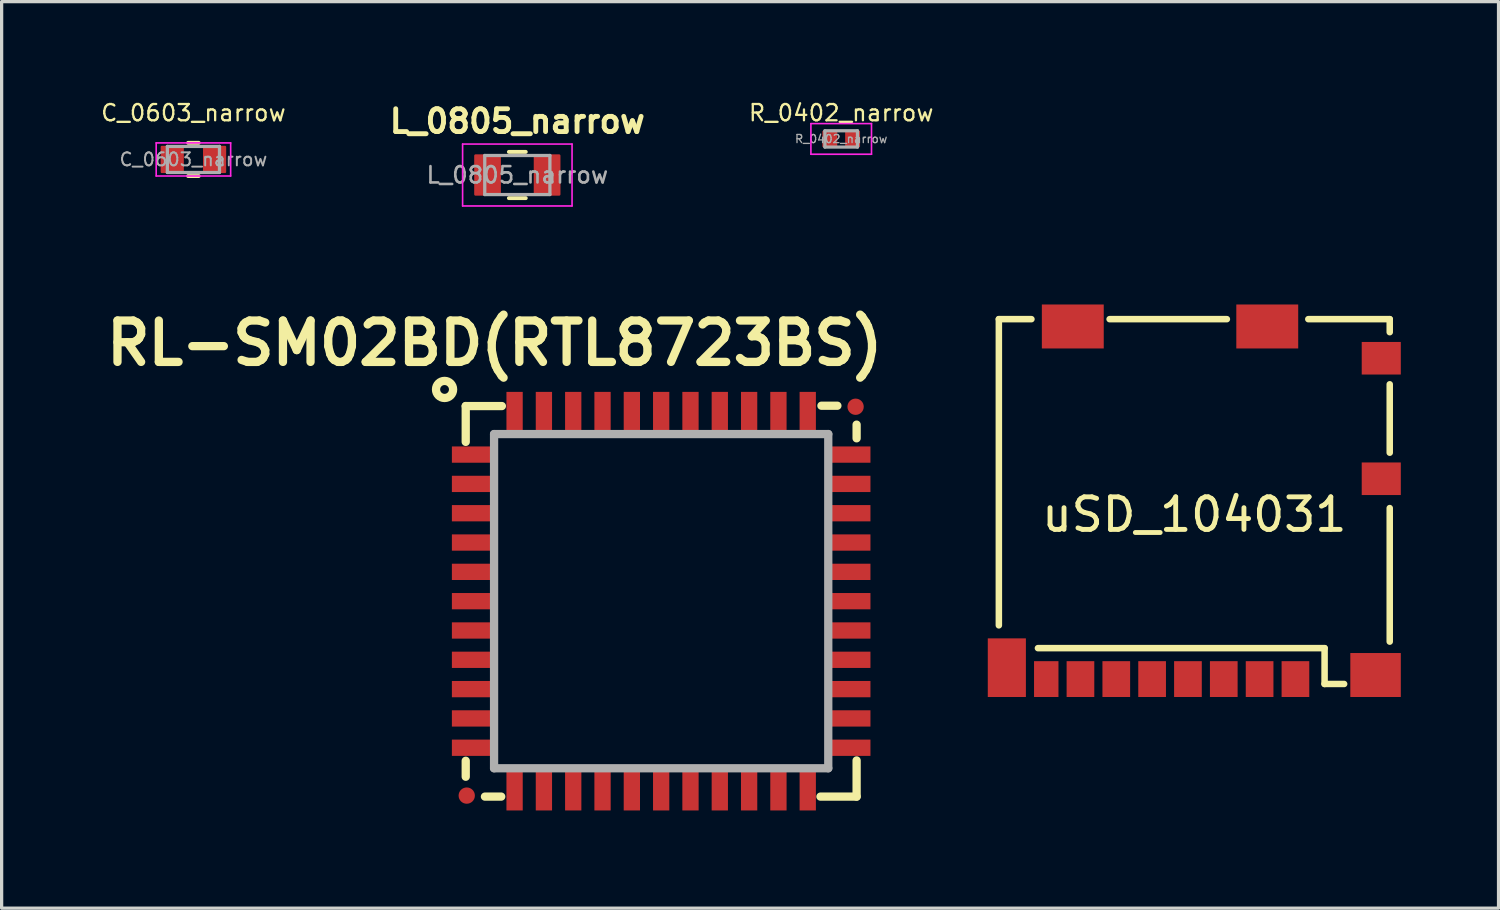
<source format=kicad_pcb>
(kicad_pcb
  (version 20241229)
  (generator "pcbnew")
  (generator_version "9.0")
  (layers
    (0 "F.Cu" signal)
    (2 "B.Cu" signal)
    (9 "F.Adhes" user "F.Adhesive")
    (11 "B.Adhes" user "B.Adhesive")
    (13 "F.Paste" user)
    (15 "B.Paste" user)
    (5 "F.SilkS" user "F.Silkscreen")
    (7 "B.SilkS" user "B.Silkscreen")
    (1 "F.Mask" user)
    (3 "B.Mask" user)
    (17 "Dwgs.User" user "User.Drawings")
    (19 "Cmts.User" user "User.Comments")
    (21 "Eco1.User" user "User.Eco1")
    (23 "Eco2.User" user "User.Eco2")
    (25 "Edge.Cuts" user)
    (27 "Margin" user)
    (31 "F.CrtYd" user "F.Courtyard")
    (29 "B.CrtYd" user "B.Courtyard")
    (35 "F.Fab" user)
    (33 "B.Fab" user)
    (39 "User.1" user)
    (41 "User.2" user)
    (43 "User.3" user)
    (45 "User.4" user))
  (footprint "R_0402_narrow"
    (layer "F.Cu")
    (at 22.775 1.215)
    (property "Reference" "R_0402_narrow" (at 0 -0.8 0) (layer "F.SilkS") (effects (font (size 0.5 0.5) (thickness 0.07))))
    (attr smd)
    (fp_line (start -0.93 -0.47) (end 0.93 -0.47) (stroke (width 0.05) (type solid)) (layer "F.CrtYd"))
    (fp_line (start -0.93 0.47) (end -0.93 -0.47) (stroke (width 0.05) (type solid)) (layer "F.CrtYd"))
    (fp_line (start 0.93 -0.47) (end 0.93 0.47) (stroke (width 0.05) (type solid)) (layer "F.CrtYd"))
    (fp_line (start 0.93 0.47) (end -0.93 0.47) (stroke (width 0.05) (type solid)) (layer "F.CrtYd"))
    (fp_line (start -0.5 -0.25) (end 0.5 -0.25) (stroke (width 0.1) (type solid)) (layer "F.Fab"))
    (fp_line (start -0.5 0.25) (end -0.5 -0.25) (stroke (width 0.1) (type solid)) (layer "F.Fab"))
    (fp_line (start 0.5 -0.25) (end 0.5 0.25) (stroke (width 0.1) (type solid)) (layer "F.Fab"))
    (fp_line (start 0.5 0.25) (end -0.5 0.25) (stroke (width 0.1) (type solid)) (layer "F.Fab"))
    (fp_text user "${REFERENCE}" (at 0 0 0) (layer "F.Fab") (effects (font (size 0.25 0.25) (thickness 0.04))))
    (pad "1" smd roundrect (at -0.35 0) (size 0.457 0.5) (layers "F.Cu" "F.Mask" "F.Paste") (roundrect_rratio 0.05))
    (pad "2" smd roundrect (at 0.35 0) (size 0.457 0.5) (layers "F.Cu" "F.Mask" "F.Paste") (roundrect_rratio 0.05)))
  (footprint "uSD_104031"
    (layer "F.Cu")
    (at 33.615 18.048)
    (property "Reference" "uSD_104031" (at 0 -5.3 0) (layer "F.SilkS") (effects (font (size 1 1) (thickness 0.15))))
    (attr through_hole)
    (fp_line (start -6 -11.3) (end -5 -11.3) (stroke (width 0.2) (type solid)) (layer "F.SilkS"))
    (fp_line (start -6 -1.9) (end -6 -11.3) (stroke (width 0.2) (type solid)) (layer "F.SilkS"))
    (fp_line (start -2.6 -11.3) (end 1 -11.3) (stroke (width 0.2) (type solid)) (layer "F.SilkS"))
    (fp_line (start 3.5 -11.3) (end 6 -11.3) (stroke (width 0.2) (type solid)) (layer "F.SilkS"))
    (fp_line (start 4 -1.2) (end -4.8 -1.2) (stroke (width 0.2) (type solid)) (layer "F.SilkS"))
    (fp_line (start 4 -0.1) (end 4 -1.2) (stroke (width 0.2) (type solid)) (layer "F.SilkS"))
    (fp_line (start 4.6 -0.1) (end 4 -0.1) (stroke (width 0.2) (type solid)) (layer "F.SilkS"))
    (fp_line (start 6 -11.3) (end 6 -10.9) (stroke (width 0.2) (type solid)) (layer "F.SilkS"))
    (fp_line (start 6 -9.3) (end 6 -7.2) (stroke (width 0.2) (type solid)) (layer "F.SilkS"))
    (fp_line (start 6 -5.5) (end 6 -1.4) (stroke (width 0.2) (type solid)) (layer "F.SilkS"))
    (pad "1" smd rect (at 3.105 -0.25) (size 0.85 1.1) (layers "F.Cu" "F.Mask" "F.Paste"))
    (pad "2" smd rect (at 2.005 -0.25) (size 0.85 1.1) (layers "F.Cu" "F.Mask" "F.Paste"))
    (pad "3" smd rect (at 0.905 -0.25) (size 0.85 1.1) (layers "F.Cu" "F.Mask" "F.Paste"))
    (pad "4" smd rect (at -0.195 -0.25) (size 0.85 1.1) (layers "F.Cu" "F.Mask" "F.Paste"))
    (pad "5" smd rect (at -1.295 -0.25) (size 0.85 1.1) (layers "F.Cu" "F.Mask" "F.Paste"))
    (pad "6" smd rect (at -2.395 -0.25) (size 0.85 1.1) (layers "F.Cu" "F.Mask" "F.Paste"))
    (pad "7" smd rect (at -3.495 -0.25) (size 0.85 1.1) (layers "F.Cu" "F.Mask" "F.Paste"))
    (pad "8" smd rect (at -4.595 -0.25) (size 0.75 1.1) (drill (offset 0.05 0)) (layers "F.Cu" "F.Mask" "F.Paste"))
    (pad "9" smd rect (at 5.74 -6.4) (size 1.2 1) (layers "F.Cu" "F.Mask" "F.Paste"))
    (pad "10" smd rect (at 5.74 -10.1) (size 1.2 1) (layers "F.Cu" "F.Mask" "F.Paste"))
    (pad "11" smd rect (at -5.755 -0.6) (size 1.17 1.8) (layers "F.Cu" "F.Mask" "F.Paste"))
    (pad "12" smd rect (at 5.565 -0.375) (size 1.55 1.35) (layers "F.Cu" "F.Mask" "F.Paste"))
    (pad "13" smd rect (at -3.73 -11.075) (size 1.9 1.35) (layers "F.Cu" "F.Mask" "F.Paste"))
    (pad "14" smd rect (at 2.24 -11.075) (size 1.9 1.35) (layers "F.Cu" "F.Mask" "F.Paste")))
  (footprint "L_0805_narrow"
    (layer "F.Cu")
    (at 12.832 2.323)
    (property "Reference" "L_0805_narrow" (at 0 -1.65 0) (layer "F.SilkS") (effects (font (size 0.7 0.7) (thickness 0.15))))
    (attr smd)
    (fp_line (start -0.259 -0.71) (end 0.259 -0.71) (stroke (width 0.12) (type solid)) (layer "F.SilkS"))
    (fp_line (start -0.259 0.71) (end 0.259 0.71) (stroke (width 0.12) (type solid)) (layer "F.SilkS"))
    (fp_line (start -1.68 -0.95) (end 1.68 -0.95) (stroke (width 0.05) (type solid)) (layer "F.CrtYd"))
    (fp_line (start -1.68 0.95) (end -1.68 -0.95) (stroke (width 0.05) (type solid)) (layer "F.CrtYd"))
    (fp_line (start 1.68 -0.95) (end 1.68 0.95) (stroke (width 0.05) (type solid)) (layer "F.CrtYd"))
    (fp_line (start 1.68 0.95) (end -1.68 0.95) (stroke (width 0.05) (type solid)) (layer "F.CrtYd"))
    (fp_line (start -1 -0.6) (end 1 -0.6) (stroke (width 0.1) (type solid)) (layer "F.Fab"))
    (fp_line (start -1 0.6) (end -1 -0.6) (stroke (width 0.1) (type solid)) (layer "F.Fab"))
    (fp_line (start 1 -0.6) (end 1 0.6) (stroke (width 0.1) (type solid)) (layer "F.Fab"))
    (fp_line (start 1 0.6) (end -1 0.6) (stroke (width 0.1) (type solid)) (layer "F.Fab"))
    (fp_text user "${REFERENCE}" (at 0 0 0) (layer "F.Fab") (effects (font (size 0.5 0.5) (thickness 0.08))))
    (pad "1" smd roundrect (at -0.914 0) (size 0.82 1.27) (layers "F.Cu" "F.Mask" "F.Paste") (roundrect_rratio 0.05))
    (pad "2" smd roundrect (at 0.914 0) (size 0.82 1.27) (layers "F.Cu" "F.Mask" "F.Paste") (roundrect_rratio 0.05)))
  (footprint "RL-SM02BD(RTL8723BS)"
    (layer "F.Cu")
    (at 17.248 15.406)
    (property "Reference" "RL-SM02BD(RTL8723BS)" (at -5.11 -7.92 0) (layer "F.SilkS") (effects (font (size 1.27 1.27) (thickness 0.254))))
    (attr smd)
    (fp_line (start -6 -5.99) (end -6 -4.89) (stroke (width 0.254) (type solid)) (layer "F.SilkS"))
    (fp_line (start -6 -5.99) (end -4.89 -5.99) (stroke (width 0.254) (type solid)) (layer "F.SilkS"))
    (fp_line (start -6 4.9) (end -6 5.39) (stroke (width 0.254) (type solid)) (layer "F.SilkS"))
    (fp_line (start -5.41 6) (end -4.91 6) (stroke (width 0.254) (type solid)) (layer "F.SilkS"))
    (fp_line (start 4.92 -6) (end 5.41 -6) (stroke (width 0.254) (type solid)) (layer "F.SilkS"))
    (fp_line (start 6 -5) (end 6 -5.42) (stroke (width 0.254) (type solid)) (layer "F.SilkS"))
    (fp_line (start 6 6) (end 4.89 6) (stroke (width 0.254) (type solid)) (layer "F.SilkS"))
    (fp_line (start 6 6) (end 6 4.89) (stroke (width 0.254) (type solid)) (layer "F.SilkS"))
    (fp_circle (center -6.65 -6.5) (end -6.4 -6.58) (stroke (width 0.254) (type solid)) (fill no) (layer "F.SilkS"))
    (fp_line (start -5.13 -5.13) (end 5.13 -5.13) (stroke (width 0.254) (type solid)) (layer "F.Fab"))
    (fp_line (start -5.13 5.13) (end -5.13 -5.13) (stroke (width 0.254) (type solid)) (layer "F.Fab"))
    (fp_line (start 5.13 -5.13) (end 5.13 5.13) (stroke (width 0.254) (type solid)) (layer "F.Fab"))
    (fp_line (start 5.13 5.13) (end -5.13 5.13) (stroke (width 0.254) (type solid)) (layer "F.Fab"))
    (pad "1" smd rect (at -5.775 -4.5) (size 1.3 0.5) (layers "F.Cu" "F.Mask" "F.Paste"))
    (pad "2" smd rect (at -5.775 -3.6) (size 1.3 0.5) (layers "F.Cu" "F.Mask" "F.Paste"))
    (pad "3" smd rect (at -5.775 -2.7) (size 1.3 0.5) (layers "F.Cu" "F.Mask" "F.Paste"))
    (pad "4" smd rect (at -5.775 -1.8) (size 1.3 0.5) (layers "F.Cu" "F.Mask" "F.Paste"))
    (pad "5" smd rect (at -5.775 -0.9) (size 1.3 0.5) (layers "F.Cu" "F.Mask" "F.Paste"))
    (pad "6" smd rect (at -5.775 0) (size 1.3 0.5) (layers "F.Cu" "F.Mask" "F.Paste"))
    (pad "7" smd rect (at -5.775 0.9) (size 1.3 0.5) (layers "F.Cu" "F.Mask" "F.Paste"))
    (pad "8" smd rect (at -5.775 1.8) (size 1.3 0.5) (layers "F.Cu" "F.Mask" "F.Paste"))
    (pad "9" smd rect (at -5.775 2.7) (size 1.3 0.5) (layers "F.Cu" "F.Mask" "F.Paste"))
    (pad "10" smd rect (at -5.775 3.6) (size 1.3 0.5) (layers "F.Cu" "F.Mask" "F.Paste"))
    (pad "11" smd rect (at -5.775 4.5) (size 1.3 0.5) (layers "F.Cu" "F.Mask" "F.Paste"))
    (pad "12" smd rect (at -4.5 5.775 90) (size 1.3 0.5) (layers "F.Cu" "F.Mask" "F.Paste"))
    (pad "13" smd rect (at -3.6 5.775 90) (size 1.3 0.5) (layers "F.Cu" "F.Mask" "F.Paste"))
    (pad "14" smd rect (at -2.7 5.775 90) (size 1.3 0.5) (layers "F.Cu" "F.Mask" "F.Paste"))
    (pad "15" smd rect (at -1.8 5.775 90) (size 1.3 0.5) (layers "F.Cu" "F.Mask" "F.Paste"))
    (pad "16" smd rect (at -0.9 5.775 90) (size 1.3 0.5) (layers "F.Cu" "F.Mask" "F.Paste"))
    (pad "17" smd rect (at 0 5.775 90) (size 1.3 0.5) (layers "F.Cu" "F.Mask" "F.Paste"))
    (pad "18" smd rect (at 0.9 5.775 90) (size 1.3 0.5) (layers "F.Cu" "F.Mask" "F.Paste"))
    (pad "19" smd rect (at 1.8 5.775 90) (size 1.3 0.5) (layers "F.Cu" "F.Mask" "F.Paste"))
    (pad "20" smd rect (at 2.7 5.775 90) (size 1.3 0.5) (layers "F.Cu" "F.Mask" "F.Paste"))
    (pad "21" smd rect (at 3.6 5.775 90) (size 1.3 0.5) (layers "F.Cu" "F.Mask" "F.Paste"))
    (pad "22" smd rect (at 4.5 5.775 90) (size 1.3 0.5) (layers "F.Cu" "F.Mask" "F.Paste"))
    (pad "23" smd rect (at 5.775 4.5 180) (size 1.3 0.5) (layers "F.Cu" "F.Mask" "F.Paste"))
    (pad "24" smd rect (at 5.775 3.6 180) (size 1.3 0.5) (layers "F.Cu" "F.Mask" "F.Paste"))
    (pad "25" smd rect (at 5.775 2.7 180) (size 1.3 0.5) (layers "F.Cu" "F.Mask" "F.Paste"))
    (pad "26" smd rect (at 5.775 1.8 180) (size 1.3 0.5) (layers "F.Cu" "F.Mask" "F.Paste"))
    (pad "27" smd rect (at 5.775 0.9 180) (size 1.3 0.5) (layers "F.Cu" "F.Mask" "F.Paste"))
    (pad "28" smd rect (at 5.775 0 180) (size 1.3 0.5) (layers "F.Cu" "F.Mask" "F.Paste"))
    (pad "29" smd rect (at 5.775 -0.9 180) (size 1.3 0.5) (layers "F.Cu" "F.Mask" "F.Paste"))
    (pad "30" smd rect (at 5.775 -1.8 180) (size 1.3 0.5) (layers "F.Cu" "F.Mask" "F.Paste"))
    (pad "31" smd rect (at 5.775 -2.7 180) (size 1.3 0.5) (layers "F.Cu" "F.Mask" "F.Paste"))
    (pad "32" smd rect (at 5.775 -3.6 180) (size 1.3 0.5) (layers "F.Cu" "F.Mask" "F.Paste"))
    (pad "33" smd rect (at 5.775 -4.5 180) (size 1.3 0.5) (layers "F.Cu" "F.Mask" "F.Paste"))
    (pad "34" smd rect (at 4.5 -5.775 270) (size 1.3 0.5) (layers "F.Cu" "F.Mask" "F.Paste"))
    (pad "35" smd rect (at 3.6 -5.775 270) (size 1.3 0.5) (layers "F.Cu" "F.Mask" "F.Paste"))
    (pad "36" smd rect (at 2.7 -5.775 270) (size 1.3 0.5) (layers "F.Cu" "F.Mask" "F.Paste"))
    (pad "37" smd rect (at 1.8 -5.775 270) (size 1.3 0.5) (layers "F.Cu" "F.Mask" "F.Paste"))
    (pad "38" smd rect (at 0.9 -5.775 270) (size 1.3 0.5) (layers "F.Cu" "F.Mask" "F.Paste"))
    (pad "39" smd rect (at 0 -5.775 270) (size 1.3 0.5) (layers "F.Cu" "F.Mask" "F.Paste"))
    (pad "40" smd rect (at -0.9 -5.775 270) (size 1.3 0.5) (layers "F.Cu" "F.Mask" "F.Paste"))
    (pad "41" smd rect (at -1.8 -5.775 270) (size 1.3 0.5) (layers "F.Cu" "F.Mask" "F.Paste"))
    (pad "42" smd rect (at -2.7 -5.775 270) (size 1.3 0.5) (layers "F.Cu" "F.Mask" "F.Paste"))
    (pad "43" smd rect (at -3.6 -5.775 270) (size 1.3 0.5) (layers "F.Cu" "F.Mask" "F.Paste"))
    (pad "44" smd rect (at -4.5 -5.775 270) (size 1.3 0.5) (layers "F.Cu" "F.Mask" "F.Paste"))
    (pad "FID1" smd circle (at -5.969 5.969 270) (size 0.5 0.5) (layers "F.Cu" "F.Mask"))
    (pad "FID2" smd circle (at 5.969 -5.969 270) (size 0.5 0.5) (layers "F.Cu" "F.Mask")))
  (footprint "C_0603_narrow"
    (layer "F.Cu")
    (at 2.888 1.845)
    (property "Reference" "C_0603_narrow" (at 0 -1.43 0) (layer "F.SilkS") (effects (font (size 0.5 0.5) (thickness 0.07))))
    (attr smd)
    (fp_line (start -0.163 -0.51) (end 0.163 -0.51) (stroke (width 0.12) (type solid)) (layer "F.SilkS"))
    (fp_line (start -0.163 0.51) (end 0.163 0.51) (stroke (width 0.12) (type solid)) (layer "F.SilkS"))
    (fp_line (start -1.143 -0.508) (end 1.143 -0.508) (stroke (width 0.05) (type solid)) (layer "F.CrtYd"))
    (fp_line (start -1.143 0.508) (end -1.143 -0.508) (stroke (width 0.05) (type solid)) (layer "F.CrtYd"))
    (fp_line (start 1.143 -0.508) (end 1.143 0.508) (stroke (width 0.05) (type solid)) (layer "F.CrtYd"))
    (fp_line (start 1.143 0.508) (end -1.143 0.508) (stroke (width 0.05) (type solid)) (layer "F.CrtYd"))
    (fp_line (start -0.8 -0.4) (end 0.8 -0.4) (stroke (width 0.1) (type solid)) (layer "F.Fab"))
    (fp_line (start -0.8 0.4) (end -0.8 -0.4) (stroke (width 0.1) (type solid)) (layer "F.Fab"))
    (fp_line (start 0.8 -0.4) (end 0.8 0.4) (stroke (width 0.1) (type solid)) (layer "F.Fab"))
    (fp_line (start 0.8 0.4) (end -0.8 0.4) (stroke (width 0.1) (type solid)) (layer "F.Fab"))
    (fp_text user "${REFERENCE}" (at 0 0 0) (layer "F.Fab") (effects (font (size 0.4 0.4) (thickness 0.06))))
    (pad "1" smd roundrect (at -0.65 0) (size 0.711 0.838) (layers "F.Cu" "F.Mask" "F.Paste") (roundrect_rratio 0.05))
    (pad "2" smd roundrect (at 0.65 0) (size 0.711 0.838) (layers "F.Cu" "F.Mask" "F.Paste") (roundrect_rratio 0.05)))
  (gr_rect
    (start -3 -3)
    (end 42.955 24.831)
    (stroke (width 0.1) (type default))
    (fill no)
    (layer "Edge.Cuts")))
</source>
